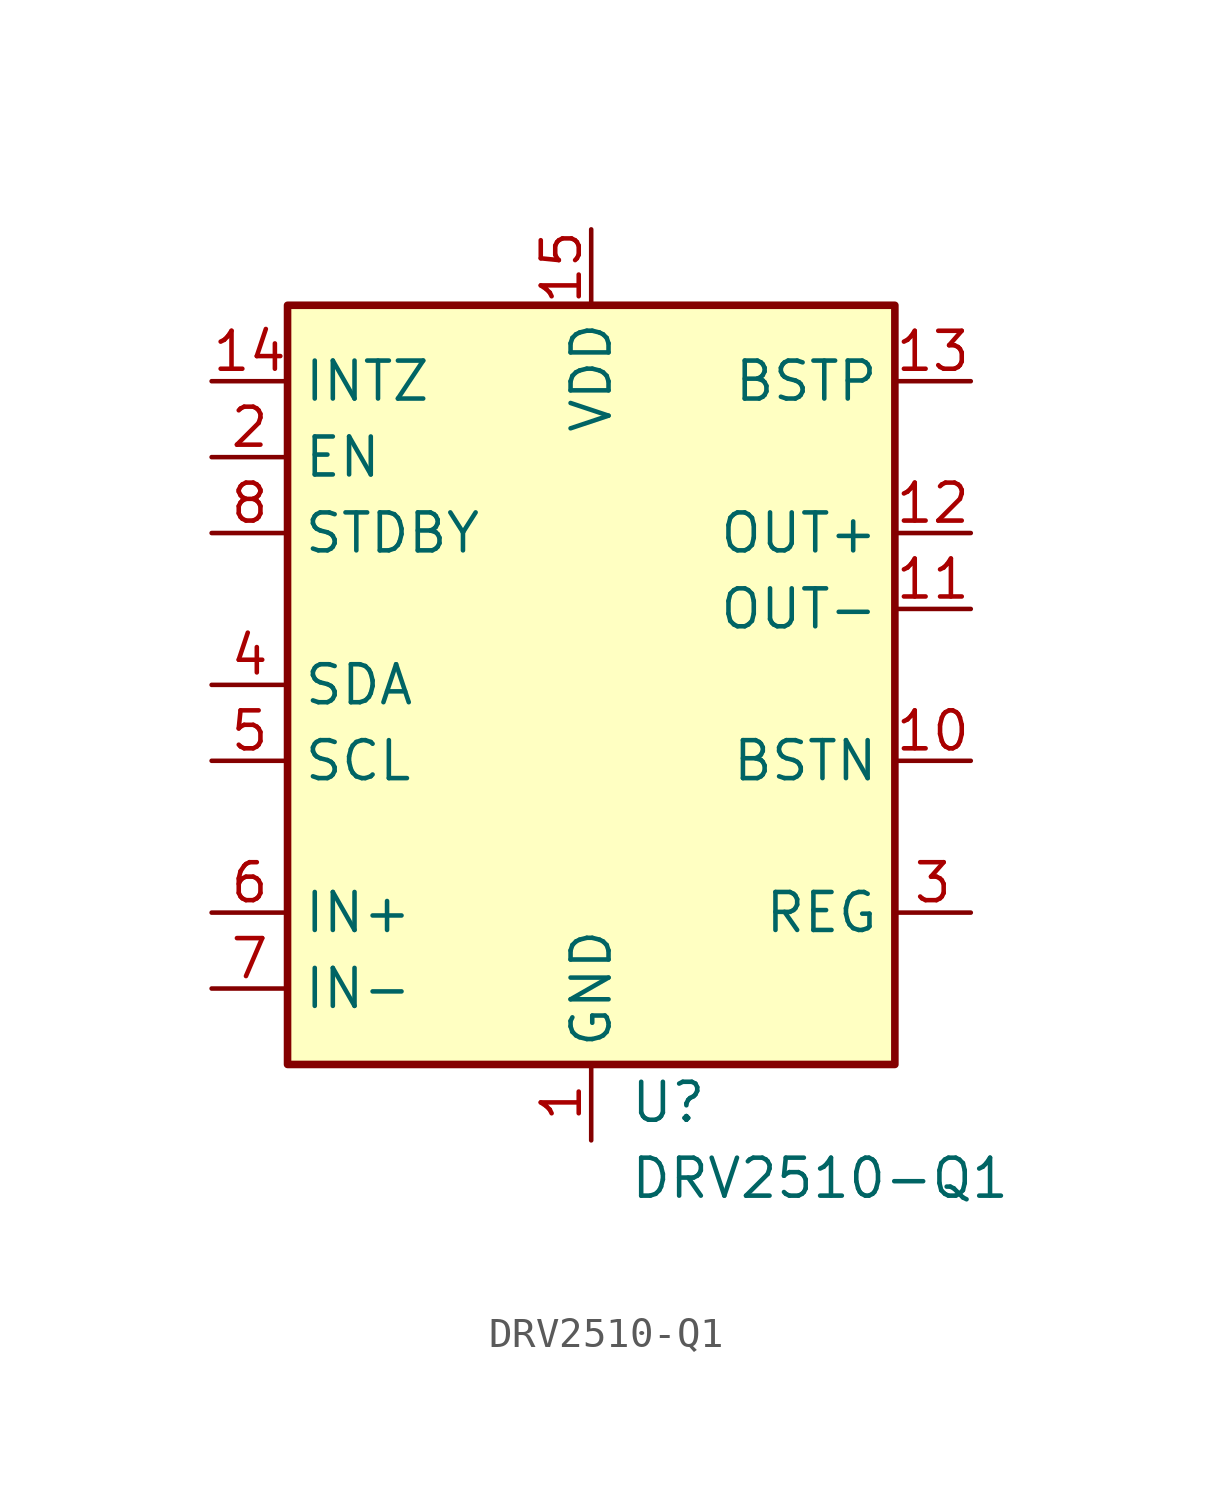
<source format=kicad_sym>
(kicad_symbol_lib
  (version 20200908)
  (generator kicad_symbol_editor)
  (symbol "Driver_Haptic:DRV2510-Q1"
    (property "Reference" "U"
      (at 1.27 -13.97 0)
      (effects (font (size 1.27 1.27)) (justify left)))
    (property "Value" "DRV2510-Q1"
      (at 1.27 -16.51 0)
      (effects (font (size 1.27 1.27)) (justify left)))
    (symbol "DRV2510-Q1_0_1"
      (rectangle (start -10.16 12.7) (end 10.16 -12.7) (stroke (width 0.254)) (fill (type background))))
    (symbol "DRV2510-Q1_0_0"
      (pin power_in line (at 0 -15.24 90) (length 2.54) (name "GND" (effects (font (size 1.27 1.27)))) (number "1" (effects (font (size 1.27 1.27)))))
      (pin passive line (at 12.7 -2.54 180) (length 2.54) (name "BSTN" (effects (font (size 1.27 1.27)))) (number "10" (effects (font (size 1.27 1.27)))))
      (pin power_out line (at 12.7 2.54 180) (length 2.54) (name "OUT-" (effects (font (size 1.27 1.27)))) (number "11" (effects (font (size 1.27 1.27)))))
      (pin power_out line (at 12.7 5.08 180) (length 2.54) (name "OUT+" (effects (font (size 1.27 1.27)))) (number "12" (effects (font (size 1.27 1.27)))))
      (pin passive line (at 12.7 10.16 180) (length 2.54) (name "BSTP" (effects (font (size 1.27 1.27)))) (number "13" (effects (font (size 1.27 1.27)))))
      (pin open_collector line (at -12.7 10.16 0) (length 2.54) (name "INTZ" (effects (font (size 1.27 1.27)))) (number "14" (effects (font (size 1.27 1.27)))))
      (pin power_in line (at 0 15.24 270) (length 2.54) (name "VDD" (effects (font (size 1.27 1.27)))) (number "15" (effects (font (size 1.27 1.27)))))
      (pin passive line (at 0 -15.24 90) (length 2.54) hide (name "GND" (effects (font (size 1.27 1.27)))) (number "16" (effects (font (size 1.27 1.27)))))
      (pin passive line (at 0 -15.24 90) (length 2.54) hide (name "GND" (effects (font (size 1.27 1.27)))) (number "17" (effects (font (size 1.27 1.27)))))
      (pin input line (at -12.7 7.62 0) (length 2.54) (name "EN" (effects (font (size 1.27 1.27)))) (number "2" (effects (font (size 1.27 1.27)))))
      (pin passive line (at 12.7 -7.62 180) (length 2.54) (name "REG" (effects (font (size 1.27 1.27)))) (number "3" (effects (font (size 1.27 1.27)))))
      (pin bidirectional line (at -12.7 0 0) (length 2.54) (name "SDA" (effects (font (size 1.27 1.27)))) (number "4" (effects (font (size 1.27 1.27)))))
      (pin input line (at -12.7 -2.54 0) (length 2.54) (name "SCL" (effects (font (size 1.27 1.27)))) (number "5" (effects (font (size 1.27 1.27)))))
      (pin input line (at -12.7 -7.62 0) (length 2.54) (name "IN+" (effects (font (size 1.27 1.27)))) (number "6" (effects (font (size 1.27 1.27)))))
      (pin input line (at -12.7 -10.16 0) (length 2.54) (name "IN-" (effects (font (size 1.27 1.27)))) (number "7" (effects (font (size 1.27 1.27)))))
      (pin input line (at -12.7 5.08 0) (length 2.54) (name "STDBY" (effects (font (size 1.27 1.27)))) (number "8" (effects (font (size 1.27 1.27)))))
      (pin passive line (at 0 -15.24 90) (length 2.54) hide (name "GND" (effects (font (size 1.27 1.27)))) (number "9" (effects (font (size 1.27 1.27))))))))
</source>
